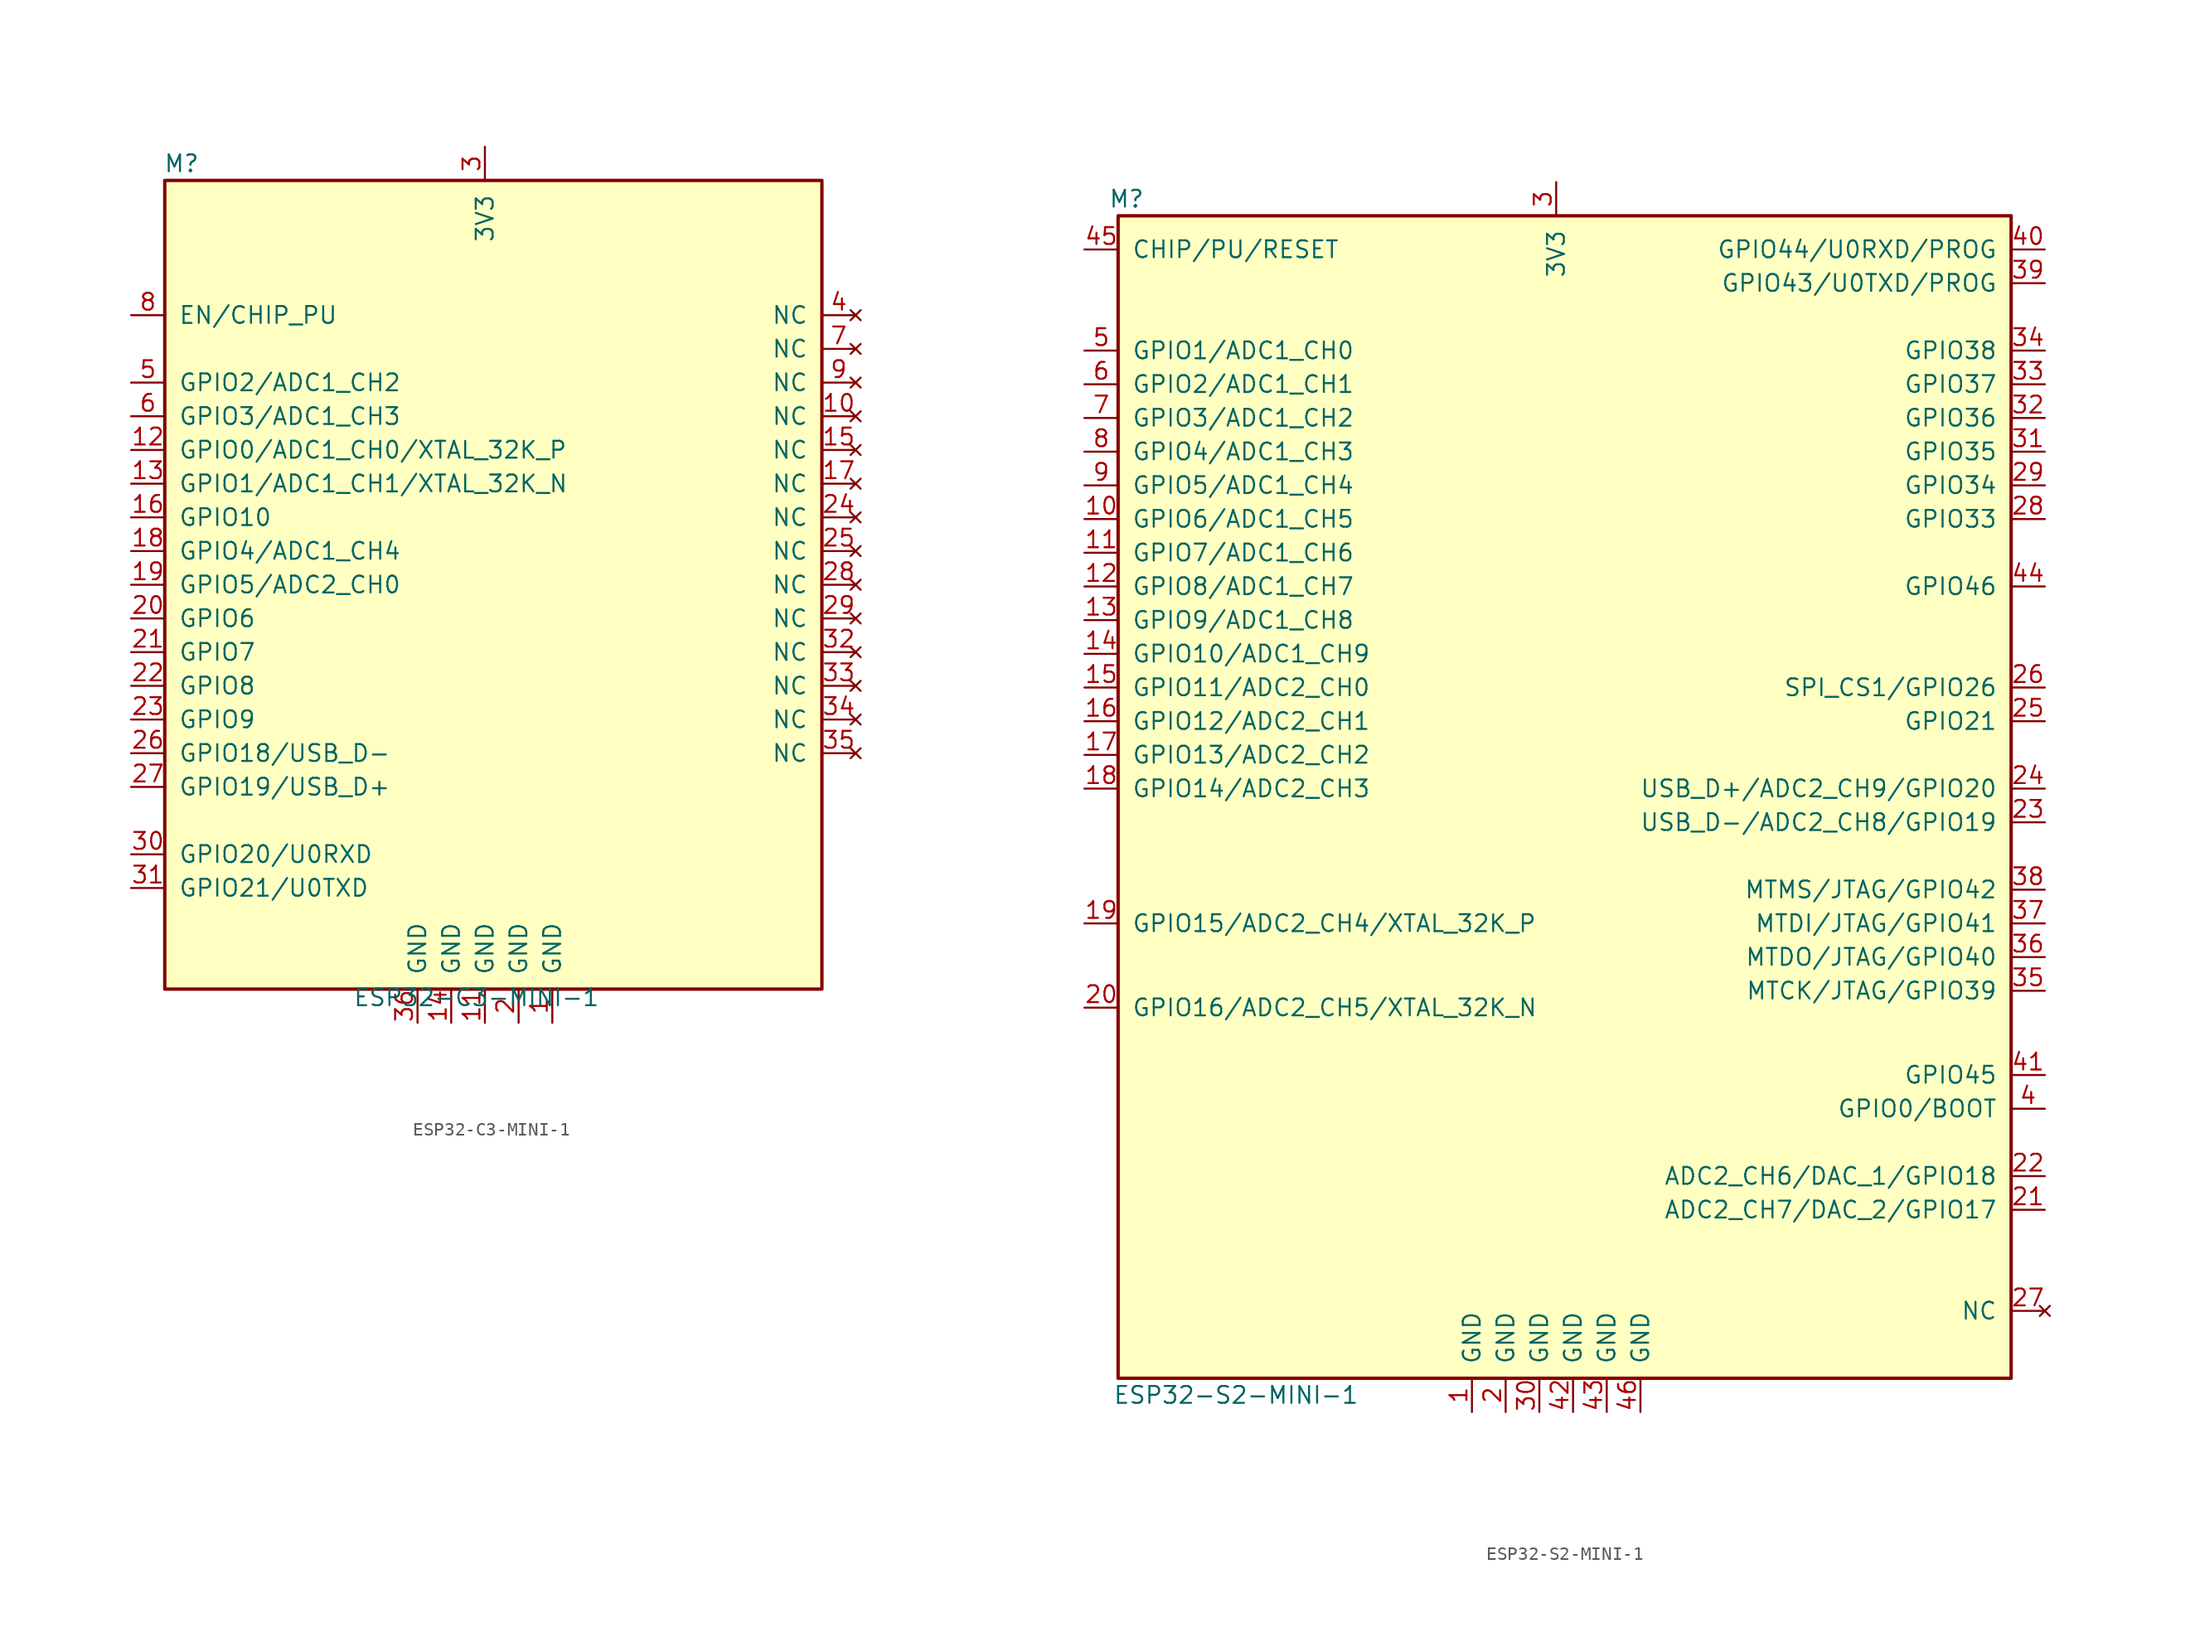
<source format=kicad_sym>
(kicad_symbol_lib
  (version 20211014)
  (generator kicad_symbol_editor)
  (symbol "ESP32-C3-MINI-1"
    (pin_names
      (offset 1.016))
    (property "Reference" "M"
      (at -22.86 33.02 0)
      (effects (font (size 1.27 1.27))))
    (property "Value" "ESP32-C3-MINI-1"
      (at -0.635 -29.845 0)
      (effects (font (size 1.27 1.27))))
    (symbol "ESP32-C3-MINI-1_0_1"
      (rectangle (start -24.13 31.75) (end 25.4 -29.21) (stroke (width 0.254) (type default) (color 0 0 0 0)) (fill (type background))))
    (symbol "ESP32-C3-MINI-1_1_1"
      (pin power_in line (at 5.08 -31.75 90) (length 2.54) (name "GND" (effects (font (size 1.27 1.27)))) (number "1" (effects (font (size 1.27 1.27)))))
      (pin no_connect line (at 27.94 13.97 180) (length 2.54) (name "NC" (effects (font (size 1.27 1.27)))) (number "10" (effects (font (size 1.27 1.27)))))
      (pin power_in line (at 0 -31.75 90) (length 2.54) (name "GND" (effects (font (size 1.27 1.27)))) (number "11" (effects (font (size 1.27 1.27)))))
      (pin bidirectional line (at -26.67 11.43 0) (length 2.54) (name "GPIO0/ADC1_CH0/XTAL_32K_P" (effects (font (size 1.27 1.27)))) (number "12" (effects (font (size 1.27 1.27)))))
      (pin bidirectional line (at -26.67 8.89 0) (length 2.54) (name "GPIO1/ADC1_CH1/XTAL_32K_N" (effects (font (size 1.27 1.27)))) (number "13" (effects (font (size 1.27 1.27)))))
      (pin power_in line (at -2.54 -31.75 90) (length 2.54) (name "GND" (effects (font (size 1.27 1.27)))) (number "14" (effects (font (size 1.27 1.27)))))
      (pin no_connect line (at 27.94 11.43 180) (length 2.54) (name "NC" (effects (font (size 1.27 1.27)))) (number "15" (effects (font (size 1.27 1.27)))))
      (pin bidirectional line (at -26.67 6.35 0) (length 2.54) (name "GPIO10" (effects (font (size 1.27 1.27)))) (number "16" (effects (font (size 1.27 1.27)))))
      (pin no_connect line (at 27.94 8.89 180) (length 2.54) (name "NC" (effects (font (size 1.27 1.27)))) (number "17" (effects (font (size 1.27 1.27)))))
      (pin bidirectional line (at -26.67 3.81 0) (length 2.54) (name "GPIO4/ADC1_CH4" (effects (font (size 1.27 1.27)))) (number "18" (effects (font (size 1.27 1.27)))))
      (pin bidirectional line (at -26.67 1.27 0) (length 2.54) (name "GPIO5/ADC2_CH0" (effects (font (size 1.27 1.27)))) (number "19" (effects (font (size 1.27 1.27)))))
      (pin power_in line (at 2.54 -31.75 90) (length 2.54) (name "GND" (effects (font (size 1.27 1.27)))) (number "2" (effects (font (size 1.27 1.27)))))
      (pin bidirectional line (at -26.67 -1.27 0) (length 2.54) (name "GPIO6" (effects (font (size 1.27 1.27)))) (number "20" (effects (font (size 1.27 1.27)))))
      (pin bidirectional line (at -26.67 -3.81 0) (length 2.54) (name "GPIO7" (effects (font (size 1.27 1.27)))) (number "21" (effects (font (size 1.27 1.27)))))
      (pin bidirectional line (at -26.67 -6.35 0) (length 2.54) (name "GPIO8" (effects (font (size 1.27 1.27)))) (number "22" (effects (font (size 1.27 1.27)))))
      (pin bidirectional line (at -26.67 -8.89 0) (length 2.54) (name "GPIO9" (effects (font (size 1.27 1.27)))) (number "23" (effects (font (size 1.27 1.27)))))
      (pin no_connect line (at 27.94 6.35 180) (length 2.54) (name "NC" (effects (font (size 1.27 1.27)))) (number "24" (effects (font (size 1.27 1.27)))))
      (pin no_connect line (at 27.94 3.81 180) (length 2.54) (name "NC" (effects (font (size 1.27 1.27)))) (number "25" (effects (font (size 1.27 1.27)))))
      (pin bidirectional line (at -26.67 -11.43 0) (length 2.54) (name "GPIO18/USB_D-" (effects (font (size 1.27 1.27)))) (number "26" (effects (font (size 1.27 1.27)))))
      (pin bidirectional line (at -26.67 -13.97 0) (length 2.54) (name "GPIO19/USB_D+" (effects (font (size 1.27 1.27)))) (number "27" (effects (font (size 1.27 1.27)))))
      (pin no_connect line (at 27.94 1.27 180) (length 2.54) (name "NC" (effects (font (size 1.27 1.27)))) (number "28" (effects (font (size 1.27 1.27)))))
      (pin no_connect line (at 27.94 -1.27 180) (length 2.54) (name "NC" (effects (font (size 1.27 1.27)))) (number "29" (effects (font (size 1.27 1.27)))))
      (pin power_in line (at 0 34.29 270) (length 2.54) (name "3V3" (effects (font (size 1.27 1.27)))) (number "3" (effects (font (size 1.27 1.27)))))
      (pin bidirectional line (at -26.67 -19.05 0) (length 2.54) (name "GPIO20/U0RXD" (effects (font (size 1.27 1.27)))) (number "30" (effects (font (size 1.27 1.27)))))
      (pin bidirectional line (at -26.67 -21.59 0) (length 2.54) (name "GPIO21/U0TXD" (effects (font (size 1.27 1.27)))) (number "31" (effects (font (size 1.27 1.27)))))
      (pin no_connect line (at 27.94 -3.81 180) (length 2.54) (name "NC" (effects (font (size 1.27 1.27)))) (number "32" (effects (font (size 1.27 1.27)))))
      (pin no_connect line (at 27.94 -6.35 180) (length 2.54) (name "NC" (effects (font (size 1.27 1.27)))) (number "33" (effects (font (size 1.27 1.27)))))
      (pin no_connect line (at 27.94 -8.89 180) (length 2.54) (name "NC" (effects (font (size 1.27 1.27)))) (number "34" (effects (font (size 1.27 1.27)))))
      (pin no_connect line (at 27.94 -11.43 180) (length 2.54) (name "NC" (effects (font (size 1.27 1.27)))) (number "35" (effects (font (size 1.27 1.27)))))
      (pin power_in line (at -5.08 -31.75 90) (length 2.54) (name "GND" (effects (font (size 1.27 1.27)))) (number "36" (effects (font (size 1.27 1.27)))))
      (pin no_connect line (at 27.94 21.59 180) (length 2.54) (name "NC" (effects (font (size 1.27 1.27)))) (number "4" (effects (font (size 1.27 1.27)))))
      (pin bidirectional line (at -26.67 16.51 0) (length 2.54) (name "GPIO2/ADC1_CH2" (effects (font (size 1.27 1.27)))) (number "5" (effects (font (size 1.27 1.27)))))
      (pin bidirectional line (at -26.67 13.97 0) (length 2.54) (name "GPIO3/ADC1_CH3" (effects (font (size 1.27 1.27)))) (number "6" (effects (font (size 1.27 1.27)))))
      (pin no_connect line (at 27.94 19.05 180) (length 2.54) (name "NC" (effects (font (size 1.27 1.27)))) (number "7" (effects (font (size 1.27 1.27)))))
      (pin input line (at -26.67 21.59 0) (length 2.54) (name "EN/CHIP_PU" (effects (font (size 1.27 1.27)))) (number "8" (effects (font (size 1.27 1.27)))))
      (pin no_connect line (at 27.94 16.51 180) (length 2.54) (name "NC" (effects (font (size 1.27 1.27)))) (number "9" (effects (font (size 1.27 1.27)))))))
  (symbol "ESP32-S2-MINI-1"
    (pin_names
      (offset 1.016))
    (property "Reference" "M"
      (at -32.385 46.99 0)
      (effects (font (size 1.27 1.27))))
    (property "Value" "ESP32-S2-MINI-1"
      (at -24.13 -43.18 0)
      (effects (font (size 1.27 1.27))))
    (symbol "ESP32-S2-MINI-1_0_0"
      (pin power_in line (at 3.81 -44.45 90) (length 2.54) (name "GND" (effects (font (size 1.27 1.27)))) (number "43" (effects (font (size 1.27 1.27)))))
      (pin input line (at 36.83 17.78 180) (length 2.54) (name "GPIO46" (effects (font (size 1.27 1.27)))) (number "44" (effects (font (size 1.27 1.27)))))
      (pin bidirectional line (at -35.56 43.18 0) (length 2.54) (name "CHIP/PU/RESET" (effects (font (size 1.27 1.27)))) (number "45" (effects (font (size 1.27 1.27)))))
      (pin power_in line (at 6.35 -44.45 90) (length 2.54) (name "GND" (effects (font (size 1.27 1.27)))) (number "46" (effects (font (size 1.27 1.27))))))
    (symbol "ESP32-S2-MINI-1_1_1"
      (rectangle (start -33.02 45.72) (end 34.29 -41.91) (stroke (width 0.254) (type default) (color 0 0 0 0)) (fill (type background)))
      (pin power_in line (at -6.35 -44.45 90) (length 2.54) (name "GND" (effects (font (size 1.27 1.27)))) (number "1" (effects (font (size 1.27 1.27)))))
      (pin bidirectional line (at -35.56 22.86 0) (length 2.54) (name "GPIO6/ADC1_CH5" (effects (font (size 1.27 1.27)))) (number "10" (effects (font (size 1.27 1.27)))))
      (pin bidirectional line (at -35.56 20.32 0) (length 2.54) (name "GPIO7/ADC1_CH6" (effects (font (size 1.27 1.27)))) (number "11" (effects (font (size 1.27 1.27)))))
      (pin bidirectional line (at -35.56 17.78 0) (length 2.54) (name "GPIO8/ADC1_CH7" (effects (font (size 1.27 1.27)))) (number "12" (effects (font (size 1.27 1.27)))))
      (pin bidirectional line (at -35.56 15.24 0) (length 2.54) (name "GPIO9/ADC1_CH8" (effects (font (size 1.27 1.27)))) (number "13" (effects (font (size 1.27 1.27)))))
      (pin bidirectional line (at -35.56 12.7 0) (length 2.54) (name "GPIO10/ADC1_CH9" (effects (font (size 1.27 1.27)))) (number "14" (effects (font (size 1.27 1.27)))))
      (pin bidirectional line (at -35.56 10.16 0) (length 2.54) (name "GPIO11/ADC2_CH0" (effects (font (size 1.27 1.27)))) (number "15" (effects (font (size 1.27 1.27)))))
      (pin bidirectional line (at -35.56 7.62 0) (length 2.54) (name "GPIO12/ADC2_CH1" (effects (font (size 1.27 1.27)))) (number "16" (effects (font (size 1.27 1.27)))))
      (pin bidirectional line (at -35.56 5.08 0) (length 2.54) (name "GPIO13/ADC2_CH2" (effects (font (size 1.27 1.27)))) (number "17" (effects (font (size 1.27 1.27)))))
      (pin bidirectional line (at -35.56 2.54 0) (length 2.54) (name "GPIO14/ADC2_CH3" (effects (font (size 1.27 1.27)))) (number "18" (effects (font (size 1.27 1.27)))))
      (pin bidirectional line (at -35.56 -7.62 0) (length 2.54) (name "GPIO15/ADC2_CH4/XTAL_32K_P" (effects (font (size 1.27 1.27)))) (number "19" (effects (font (size 1.27 1.27)))))
      (pin power_in line (at -3.81 -44.45 90) (length 2.54) (name "GND" (effects (font (size 1.27 1.27)))) (number "2" (effects (font (size 1.27 1.27)))))
      (pin bidirectional line (at -35.56 -13.97 0) (length 2.54) (name "GPIO16/ADC2_CH5/XTAL_32K_N" (effects (font (size 1.27 1.27)))) (number "20" (effects (font (size 1.27 1.27)))))
      (pin bidirectional line (at 36.83 -29.21 180) (length 2.54) (name "ADC2_CH7/DAC_2/GPIO17" (effects (font (size 1.27 1.27)))) (number "21" (effects (font (size 1.27 1.27)))))
      (pin bidirectional line (at 36.83 -26.67 180) (length 2.54) (name "ADC2_CH6/DAC_1/GPIO18" (effects (font (size 1.27 1.27)))) (number "22" (effects (font (size 1.27 1.27)))))
      (pin bidirectional line (at 36.83 0 180) (length 2.54) (name "USB_D-/ADC2_CH8/GPIO19" (effects (font (size 1.27 1.27)))) (number "23" (effects (font (size 1.27 1.27)))))
      (pin bidirectional line (at 36.83 2.54 180) (length 2.54) (name "USB_D+/ADC2_CH9/GPIO20" (effects (font (size 1.27 1.27)))) (number "24" (effects (font (size 1.27 1.27)))))
      (pin bidirectional line (at 36.83 7.62 180) (length 2.54) (name "GPIO21" (effects (font (size 1.27 1.27)))) (number "25" (effects (font (size 1.27 1.27)))))
      (pin bidirectional line (at 36.83 10.16 180) (length 2.54) (name "SPI_CS1/GPIO26" (effects (font (size 1.27 1.27)))) (number "26" (effects (font (size 1.27 1.27)))))
      (pin no_connect line (at 36.83 -36.83 180) (length 2.54) (name "NC" (effects (font (size 1.27 1.27)))) (number "27" (effects (font (size 1.27 1.27)))))
      (pin bidirectional line (at 36.83 22.86 180) (length 2.54) (name "GPIO33" (effects (font (size 1.27 1.27)))) (number "28" (effects (font (size 1.27 1.27)))))
      (pin bidirectional line (at 36.83 25.4 180) (length 2.54) (name "GPIO34" (effects (font (size 1.27 1.27)))) (number "29" (effects (font (size 1.27 1.27)))))
      (pin power_in line (at 0 48.26 270) (length 2.54) (name "3V3" (effects (font (size 1.27 1.27)))) (number "3" (effects (font (size 1.27 1.27)))))
      (pin power_in line (at -1.27 -44.45 90) (length 2.54) (name "GND" (effects (font (size 1.27 1.27)))) (number "30" (effects (font (size 1.27 1.27)))))
      (pin bidirectional line (at 36.83 27.94 180) (length 2.54) (name "GPIO35" (effects (font (size 1.27 1.27)))) (number "31" (effects (font (size 1.27 1.27)))))
      (pin bidirectional line (at 36.83 30.48 180) (length 2.54) (name "GPIO36" (effects (font (size 1.27 1.27)))) (number "32" (effects (font (size 1.27 1.27)))))
      (pin bidirectional line (at 36.83 33.02 180) (length 2.54) (name "GPIO37" (effects (font (size 1.27 1.27)))) (number "33" (effects (font (size 1.27 1.27)))))
      (pin bidirectional line (at 36.83 35.56 180) (length 2.54) (name "GPIO38" (effects (font (size 1.27 1.27)))) (number "34" (effects (font (size 1.27 1.27)))))
      (pin bidirectional line (at 36.83 -12.7 180) (length 2.54) (name "MTCK/JTAG/GPIO39" (effects (font (size 1.27 1.27)))) (number "35" (effects (font (size 1.27 1.27)))))
      (pin bidirectional line (at 36.83 -10.16 180) (length 2.54) (name "MTDO/JTAG/GPIO40" (effects (font (size 1.27 1.27)))) (number "36" (effects (font (size 1.27 1.27)))))
      (pin bidirectional line (at 36.83 -7.62 180) (length 2.54) (name "MTDI/JTAG/GPIO41" (effects (font (size 1.27 1.27)))) (number "37" (effects (font (size 1.27 1.27)))))
      (pin bidirectional line (at 36.83 -5.08 180) (length 2.54) (name "MTMS/JTAG/GPIO42" (effects (font (size 1.27 1.27)))) (number "38" (effects (font (size 1.27 1.27)))))
      (pin bidirectional line (at 36.83 40.64 180) (length 2.54) (name "GPIO43/U0TXD/PROG" (effects (font (size 1.27 1.27)))) (number "39" (effects (font (size 1.27 1.27)))))
      (pin bidirectional line (at 36.83 -21.59 180) (length 2.54) (name "GPIO0/BOOT" (effects (font (size 1.27 1.27)))) (number "4" (effects (font (size 1.27 1.27)))))
      (pin bidirectional line (at 36.83 43.18 180) (length 2.54) (name "GPIO44/U0RXD/PROG" (effects (font (size 1.27 1.27)))) (number "40" (effects (font (size 1.27 1.27)))))
      (pin bidirectional line (at 36.83 -19.05 180) (length 2.54) (name "GPIO45" (effects (font (size 1.27 1.27)))) (number "41" (effects (font (size 1.27 1.27)))))
      (pin power_in line (at 1.27 -44.45 90) (length 2.54) (name "GND" (effects (font (size 1.27 1.27)))) (number "42" (effects (font (size 1.27 1.27)))))
      (pin bidirectional line (at -35.56 35.56 0) (length 2.54) (name "GPIO1/ADC1_CH0" (effects (font (size 1.27 1.27)))) (number "5" (effects (font (size 1.27 1.27)))))
      (pin bidirectional line (at -35.56 33.02 0) (length 2.54) (name "GPIO2/ADC1_CH1" (effects (font (size 1.27 1.27)))) (number "6" (effects (font (size 1.27 1.27)))))
      (pin bidirectional line (at -35.56 30.48 0) (length 2.54) (name "GPIO3/ADC1_CH2" (effects (font (size 1.27 1.27)))) (number "7" (effects (font (size 1.27 1.27)))))
      (pin bidirectional line (at -35.56 27.94 0) (length 2.54) (name "GPIO4/ADC1_CH3" (effects (font (size 1.27 1.27)))) (number "8" (effects (font (size 1.27 1.27)))))
      (pin bidirectional line (at -35.56 25.4 0) (length 2.54) (name "GPIO5/ADC1_CH4" (effects (font (size 1.27 1.27)))) (number "9" (effects (font (size 1.27 1.27))))))))
</source>
